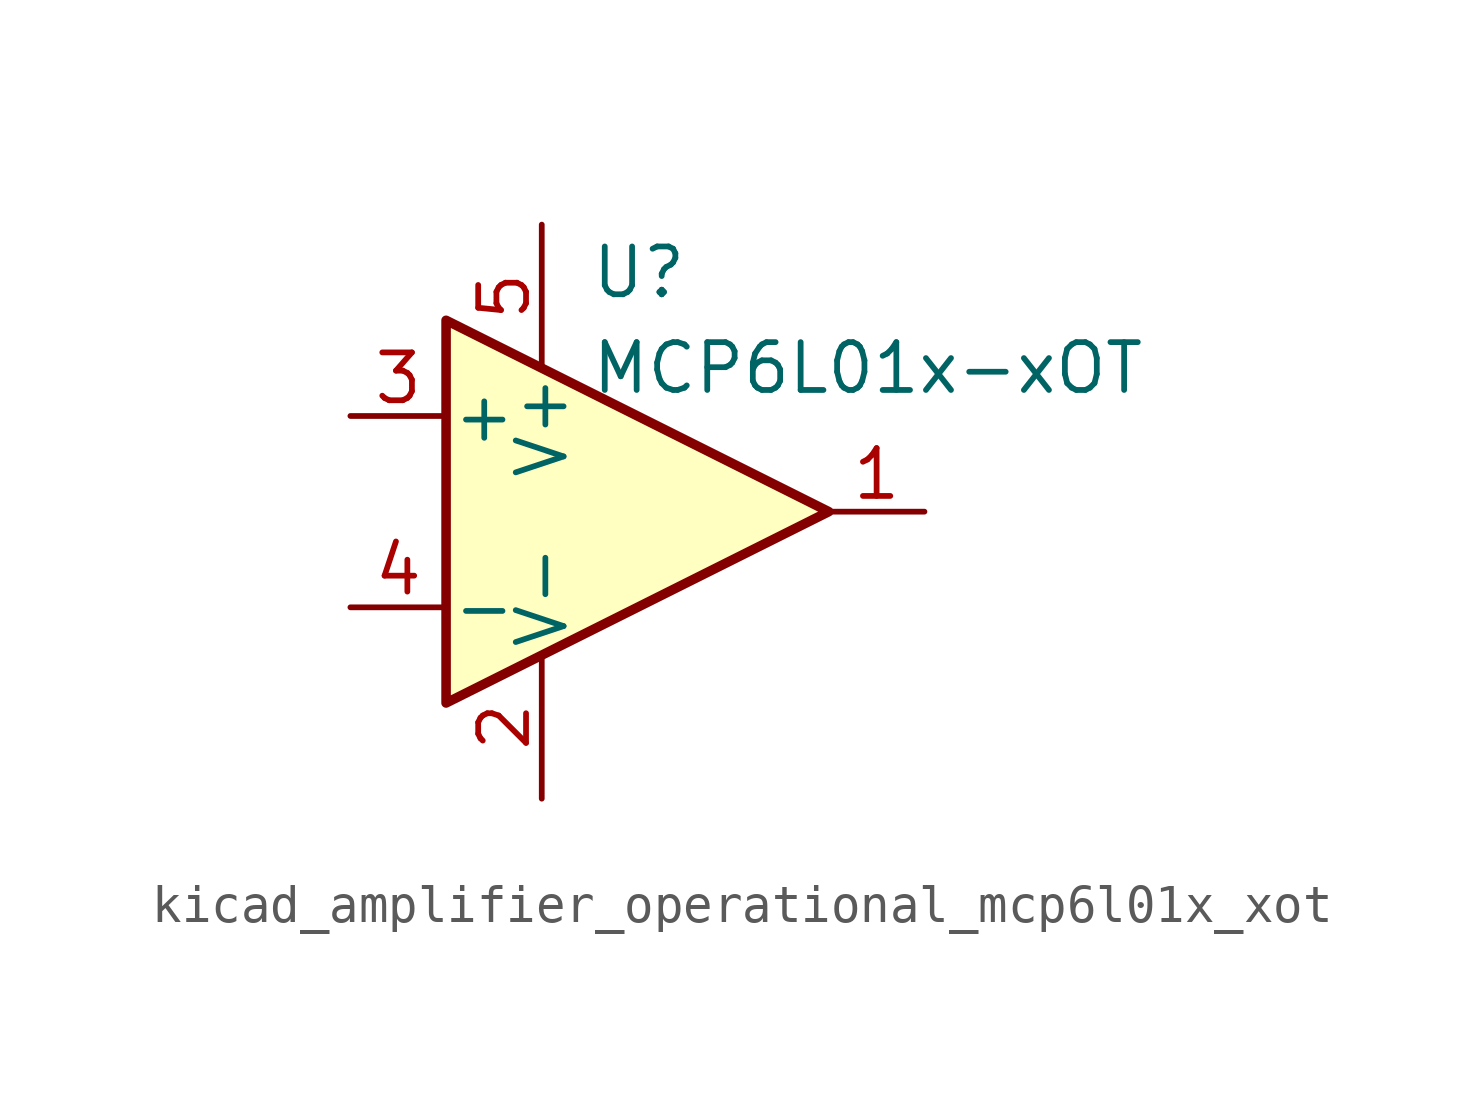
<source format=kicad_sym>
(kicad_symbol_lib
  (version 20220914)
  (generator kicad_symbol_editor)
  (symbol "kicad_amplifier_operational_mcp6l01x_xot"
    (pin_names
      (offset 0.127))
    (property "Reference" "U"
      (at -1.27 6.35 0)
      (effects (font (size 1.27 1.27)) (justify left)))
    (property "Value" "MCP6L01x-xOT"
      (at -1.27 3.81 0)
      (effects (font (size 1.27 1.27)) (justify left)))
    (symbol "kicad_amplifier_operational_mcp6l01x_xot_0_1"
      (polyline (pts (xy -5.08 5.08) (xy 5.08 0) (xy -5.08 -5.08) (xy -5.08 5.08)) (stroke (width 0.254) (type default)) (fill (type background)))
      (pin power_in line (at -2.54 -7.62 90) (length 3.81) (name "V-" (effects (font (size 1.27 1.27)))) (number "2" (effects (font (size 1.27 1.27)))))
      (pin power_in line (at -2.54 7.62 270) (length 3.81) (name "V+" (effects (font (size 1.27 1.27)))) (number "5" (effects (font (size 1.27 1.27))))))
    (symbol "kicad_amplifier_operational_mcp6l01x_xot_1_1"
      (pin output line (at 7.62 0 180) (length 2.54) (name "~" (effects (font (size 1.27 1.27)))) (number "1" (effects (font (size 1.27 1.27)))))
      (pin input line (at -7.62 2.54 0) (length 2.54) (name "+" (effects (font (size 1.27 1.27)))) (number "3" (effects (font (size 1.27 1.27)))))
      (pin input line (at -7.62 -2.54 0) (length 2.54) (name "-" (effects (font (size 1.27 1.27)))) (number "4" (effects (font (size 1.27 1.27))))))))
</source>
